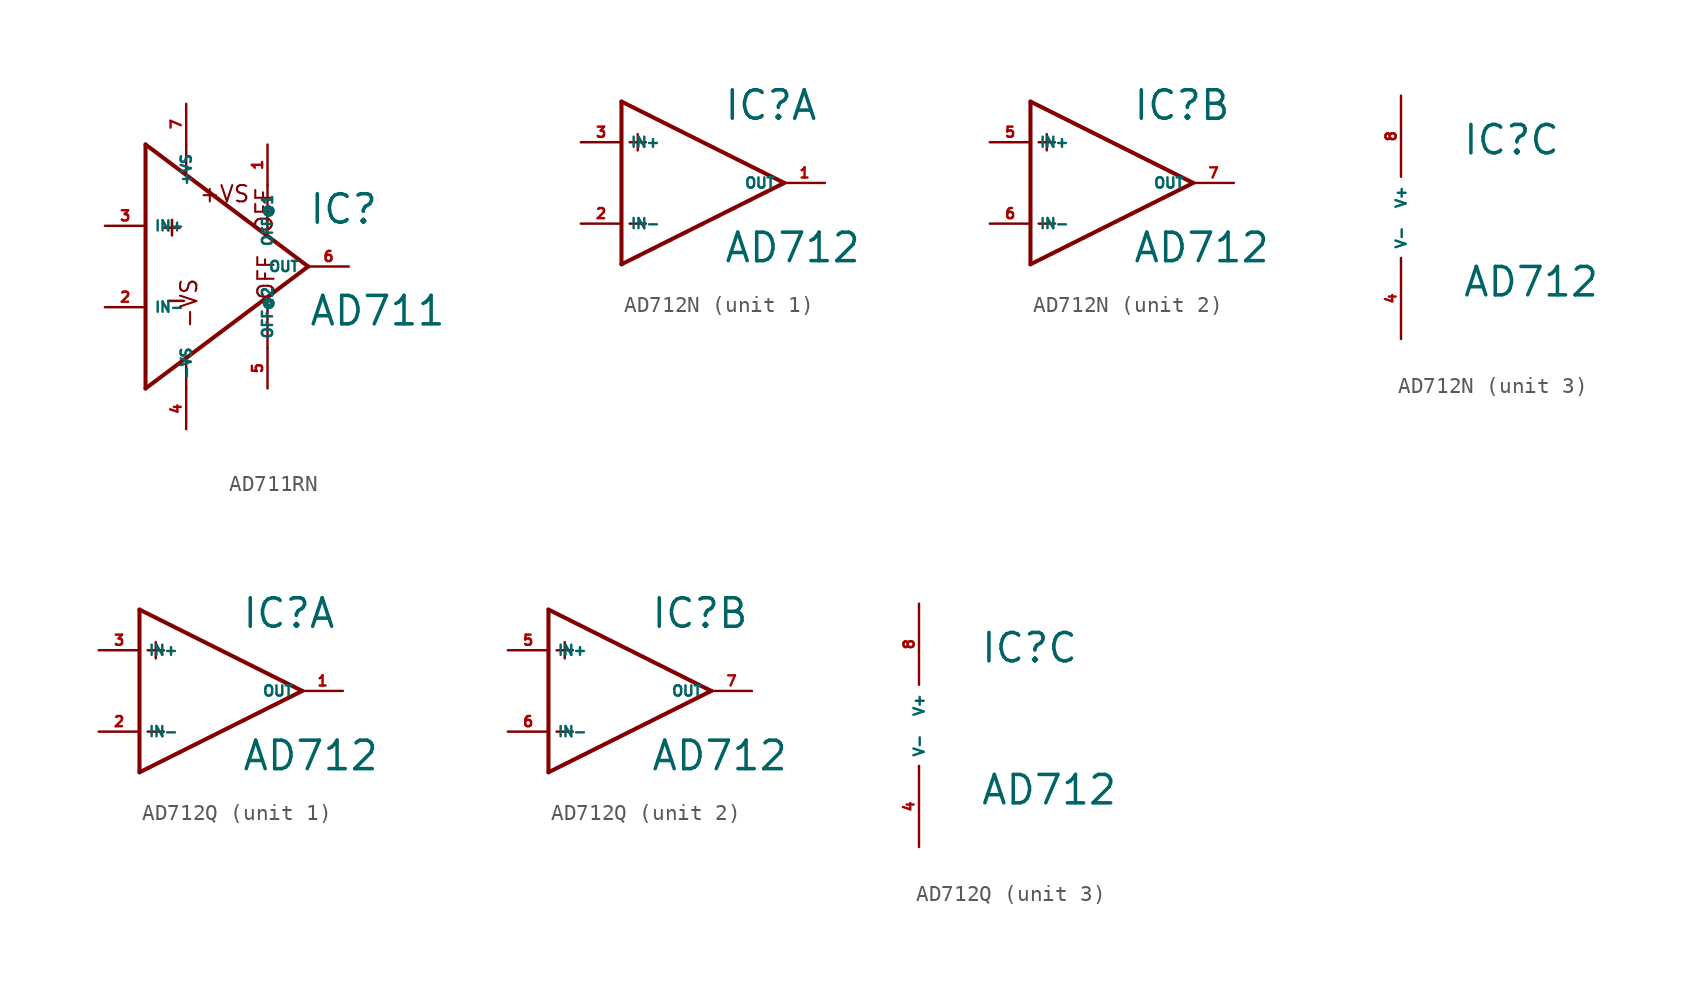
<source format=kicad_sym>
(kicad_symbol_lib
  (version 20220914)
  (generator Eagle2Kicad)
  (symbol "AD711RN"
    (property "Reference" "IC"
      (at 7.62 2.54 0)
      (effects (font (size 1.778 1.778) (thickness 0.22)) (justify left bottom)))
    (property "Value" "AD711"
      (at 7.62 -3.81 0)
      (effects (font (size 1.778 1.778) (thickness 0.22)) (justify left bottom)))
    (polyline
      (pts (xy -2.54 7.62) (xy -2.54 -7.62))
      (stroke (width 0.254) (type default))
      (fill (type none)))
    (polyline
      (pts (xy -2.54 -7.62) (xy 7.62 0))
      (stroke (width 0.254) (type default))
      (fill (type none)))
    (polyline
      (pts (xy 7.62 0) (xy -2.54 7.62))
      (stroke (width 0.254) (type default))
      (fill (type none)))
    (polyline
      (pts (xy 5.08 5.08) (xy 5.08 2.032))
      (stroke (width 0.152) (type default))
      (fill (type none)))
    (polyline
      (pts (xy 5.08 -5.08) (xy 5.08 -2.032))
      (stroke (width 0.152) (type default))
      (fill (type none)))
    (polyline
      (pts (xy 0 5.842) (xy 0 7.62))
      (stroke (width 0.152) (type default))
      (fill (type none)))
    (polyline
      (pts (xy 0 -7.62) (xy 0 -5.842))
      (stroke (width 0.152) (type default))
      (fill (type none)))
    (text "+"
      (at -1.778 1.778 0)
      (effects (font (size 1.27 1.27) (thickness 0.16)) (justify left bottom)))
    (text "-"
      (at -1.524 -2.794 0)
      (effects (font (size 1.27 1.27) (thickness 0.16)) (justify left bottom)))
    (text "+VS"
      (at 0.762 3.937 0)
      (effects (font (size 1.016 1.016) (thickness 0.13)) (justify left bottom mirror)))
    (text "-VS"
      (at 0.762 -3.937 1800)
      (effects (font (size 1.016 1.016) (thickness 0.13)) (justify left bottom)))
    (text "OFF"
      (at 5.588 -2.159 2700)
      (effects (font (size 1.016 1.016) (thickness 0.13)) (justify left bottom)))
    (text "OFF"
      (at 5.461 2.032 900)
      (effects (font (size 1.016 1.016) (thickness 0.13)) (justify left bottom mirror)))
    (pin input line
      (at -5.08 2.54 0)
      (length 2.54)
      (name "IN+" (effects (font (size 0.635 0.635) (thickness 0.08)) (justify left bottom)))
      (number "3" (effects (font (size 0.635 0.635) (thickness 0.08)) (justify left bottom))))
    (pin input line
      (at -5.08 -2.54 0)
      (length 2.54)
      (name "IN-" (effects (font (size 0.635 0.635) (thickness 0.08)) (justify left bottom)))
      (number "2" (effects (font (size 0.635 0.635) (thickness 0.08)) (justify left bottom))))
    (pin output line
      (at 10.16 0 180)
      (length 2.54)
      (name "OUT" (effects (font (size 0.635 0.635) (thickness 0.08)) (justify left bottom)))
      (number "6" (effects (font (size 0.635 0.635) (thickness 0.08)) (justify left bottom))))
    (pin input line
      (at 0 -10.16 90)
      (length 2.54)
      (name "-VS" (effects (font (size 0.635 0.635) (thickness 0.08)) (justify left bottom)))
      (number "4" (effects (font (size 0.635 0.635) (thickness 0.08)) (justify left bottom))))
    (pin input line
      (at 0 10.16 270)
      (length 2.54)
      (name "+VS" (effects (font (size 0.635 0.635) (thickness 0.08)) (justify left bottom)))
      (number "7" (effects (font (size 0.635 0.635) (thickness 0.08)) (justify left bottom))))
    (pin passive line
      (at 5.08 7.62 270)
      (length 2.54)
      (name "OFF@1" (effects (font (size 0.635 0.635) (thickness 0.08)) (justify left bottom)))
      (number "1" (effects (font (size 0.635 0.635) (thickness 0.08)) (justify left bottom))))
    (pin passive line
      (at 5.08 -7.62 90)
      (length 2.54)
      (name "OFF@2" (effects (font (size 0.635 0.635) (thickness 0.08)) (justify left bottom)))
      (number "5" (effects (font (size 0.635 0.635) (thickness 0.08)) (justify left bottom)))))
  (symbol "AD712N"
    (property "Reference" "IC"
      (at 3.81 3.81 0)
      (effects (font (size 1.778 1.778) (thickness 0.22)) (justify left bottom)))
    (property "Value" "AD712"
      (at 3.81 -5.08 0)
      (effects (font (size 1.778 1.778) (thickness 0.22)) (justify left bottom)))
    (symbol "AD712N_1_0"
      (polyline (pts (xy -2.54 5.08) (xy -2.54 -5.08)) (stroke (width 0.254) (type default)) (fill (type none)))
      (polyline (pts (xy -2.54 -5.08) (xy 7.62 0)) (stroke (width 0.254) (type default)) (fill (type none)))
      (polyline (pts (xy 7.62 0) (xy -2.54 5.08)) (stroke (width 0.254) (type default)) (fill (type none)))
      (polyline (pts (xy -2.032 2.54) (xy -1.016 2.54)) (stroke (width 0.152) (type default)) (fill (type none)))
      (polyline (pts (xy -1.524 3.048) (xy -1.524 2.032)) (stroke (width 0.152) (type default)) (fill (type none)))
      (polyline (pts (xy -2.032 -2.54) (xy -1.016 -2.54)) (stroke (width 0.152) (type default)) (fill (type none)))
      (pin input line (at -5.08 2.54 0) (length 2.54) (name "IN+" (effects (font (size 0.635 0.635) (thickness 0.08)) (justify left bottom))) (number "3" (effects (font (size 0.635 0.635) (thickness 0.08)) (justify left bottom))))
      (pin input line (at -5.08 -2.54 0) (length 2.54) (name "IN-" (effects (font (size 0.635 0.635) (thickness 0.08)) (justify left bottom))) (number "2" (effects (font (size 0.635 0.635) (thickness 0.08)) (justify left bottom))))
      (pin output line (at 10.16 0 180) (length 2.54) (name "OUT" (effects (font (size 0.635 0.635) (thickness 0.08)) (justify left bottom))) (number "1" (effects (font (size 0.635 0.635) (thickness 0.08)) (justify left bottom)))))
    (symbol "AD712N_2_0"
      (polyline (pts (xy -2.54 5.08) (xy -2.54 -5.08)) (stroke (width 0.254) (type default)) (fill (type none)))
      (polyline (pts (xy -2.54 -5.08) (xy 7.62 0)) (stroke (width 0.254) (type default)) (fill (type none)))
      (polyline (pts (xy 7.62 0) (xy -2.54 5.08)) (stroke (width 0.254) (type default)) (fill (type none)))
      (polyline (pts (xy -2.032 2.54) (xy -1.016 2.54)) (stroke (width 0.152) (type default)) (fill (type none)))
      (polyline (pts (xy -1.524 3.048) (xy -1.524 2.032)) (stroke (width 0.152) (type default)) (fill (type none)))
      (polyline (pts (xy -2.032 -2.54) (xy -1.016 -2.54)) (stroke (width 0.152) (type default)) (fill (type none)))
      (pin input line (at -5.08 2.54 0) (length 2.54) (name "IN+" (effects (font (size 0.635 0.635) (thickness 0.08)) (justify left bottom))) (number "5" (effects (font (size 0.635 0.635) (thickness 0.08)) (justify left bottom))))
      (pin input line (at -5.08 -2.54 0) (length 2.54) (name "IN-" (effects (font (size 0.635 0.635) (thickness 0.08)) (justify left bottom))) (number "6" (effects (font (size 0.635 0.635) (thickness 0.08)) (justify left bottom))))
      (pin output line (at 10.16 0 180) (length 2.54) (name "OUT" (effects (font (size 0.635 0.635) (thickness 0.08)) (justify left bottom))) (number "7" (effects (font (size 0.635 0.635) (thickness 0.08)) (justify left bottom)))))
    (symbol "AD712N_3_0"
      (pin unspecified line (at 0 7.62 270) (length 5.08) (name "V+" (effects (font (size 0.635 0.635) (thickness 0.08)) (justify left bottom))) (number "8" (effects (font (size 0.635 0.635) (thickness 0.08)) (justify left bottom))))
      (pin unspecified line (at 0 -7.62 90) (length 5.08) (name "V-" (effects (font (size 0.635 0.635) (thickness 0.08)) (justify left bottom))) (number "4" (effects (font (size 0.635 0.635) (thickness 0.08)) (justify left bottom))))))
  (symbol "AD712Q"
    (property "Reference" "IC"
      (at 3.81 3.81 0)
      (effects (font (size 1.778 1.778) (thickness 0.22)) (justify left bottom)))
    (property "Value" "AD712"
      (at 3.81 -5.08 0)
      (effects (font (size 1.778 1.778) (thickness 0.22)) (justify left bottom)))
    (symbol "AD712Q_1_0"
      (polyline (pts (xy -2.54 5.08) (xy -2.54 -5.08)) (stroke (width 0.254) (type default)) (fill (type none)))
      (polyline (pts (xy -2.54 -5.08) (xy 7.62 0)) (stroke (width 0.254) (type default)) (fill (type none)))
      (polyline (pts (xy 7.62 0) (xy -2.54 5.08)) (stroke (width 0.254) (type default)) (fill (type none)))
      (polyline (pts (xy -2.032 2.54) (xy -1.016 2.54)) (stroke (width 0.152) (type default)) (fill (type none)))
      (polyline (pts (xy -1.524 3.048) (xy -1.524 2.032)) (stroke (width 0.152) (type default)) (fill (type none)))
      (polyline (pts (xy -2.032 -2.54) (xy -1.016 -2.54)) (stroke (width 0.152) (type default)) (fill (type none)))
      (pin input line (at -5.08 2.54 0) (length 2.54) (name "IN+" (effects (font (size 0.635 0.635) (thickness 0.08)) (justify left bottom))) (number "3" (effects (font (size 0.635 0.635) (thickness 0.08)) (justify left bottom))))
      (pin input line (at -5.08 -2.54 0) (length 2.54) (name "IN-" (effects (font (size 0.635 0.635) (thickness 0.08)) (justify left bottom))) (number "2" (effects (font (size 0.635 0.635) (thickness 0.08)) (justify left bottom))))
      (pin output line (at 10.16 0 180) (length 2.54) (name "OUT" (effects (font (size 0.635 0.635) (thickness 0.08)) (justify left bottom))) (number "1" (effects (font (size 0.635 0.635) (thickness 0.08)) (justify left bottom)))))
    (symbol "AD712Q_2_0"
      (polyline (pts (xy -2.54 5.08) (xy -2.54 -5.08)) (stroke (width 0.254) (type default)) (fill (type none)))
      (polyline (pts (xy -2.54 -5.08) (xy 7.62 0)) (stroke (width 0.254) (type default)) (fill (type none)))
      (polyline (pts (xy 7.62 0) (xy -2.54 5.08)) (stroke (width 0.254) (type default)) (fill (type none)))
      (polyline (pts (xy -2.032 2.54) (xy -1.016 2.54)) (stroke (width 0.152) (type default)) (fill (type none)))
      (polyline (pts (xy -1.524 3.048) (xy -1.524 2.032)) (stroke (width 0.152) (type default)) (fill (type none)))
      (polyline (pts (xy -2.032 -2.54) (xy -1.016 -2.54)) (stroke (width 0.152) (type default)) (fill (type none)))
      (pin input line (at -5.08 2.54 0) (length 2.54) (name "IN+" (effects (font (size 0.635 0.635) (thickness 0.08)) (justify left bottom))) (number "5" (effects (font (size 0.635 0.635) (thickness 0.08)) (justify left bottom))))
      (pin input line (at -5.08 -2.54 0) (length 2.54) (name "IN-" (effects (font (size 0.635 0.635) (thickness 0.08)) (justify left bottom))) (number "6" (effects (font (size 0.635 0.635) (thickness 0.08)) (justify left bottom))))
      (pin output line (at 10.16 0 180) (length 2.54) (name "OUT" (effects (font (size 0.635 0.635) (thickness 0.08)) (justify left bottom))) (number "7" (effects (font (size 0.635 0.635) (thickness 0.08)) (justify left bottom)))))
    (symbol "AD712Q_3_0"
      (pin unspecified line (at 0 7.62 270) (length 5.08) (name "V+" (effects (font (size 0.635 0.635) (thickness 0.08)) (justify left bottom))) (number "8" (effects (font (size 0.635 0.635) (thickness 0.08)) (justify left bottom))))
      (pin unspecified line (at 0 -7.62 90) (length 5.08) (name "V-" (effects (font (size 0.635 0.635) (thickness 0.08)) (justify left bottom))) (number "4" (effects (font (size 0.635 0.635) (thickness 0.08)) (justify left bottom)))))))
</source>
